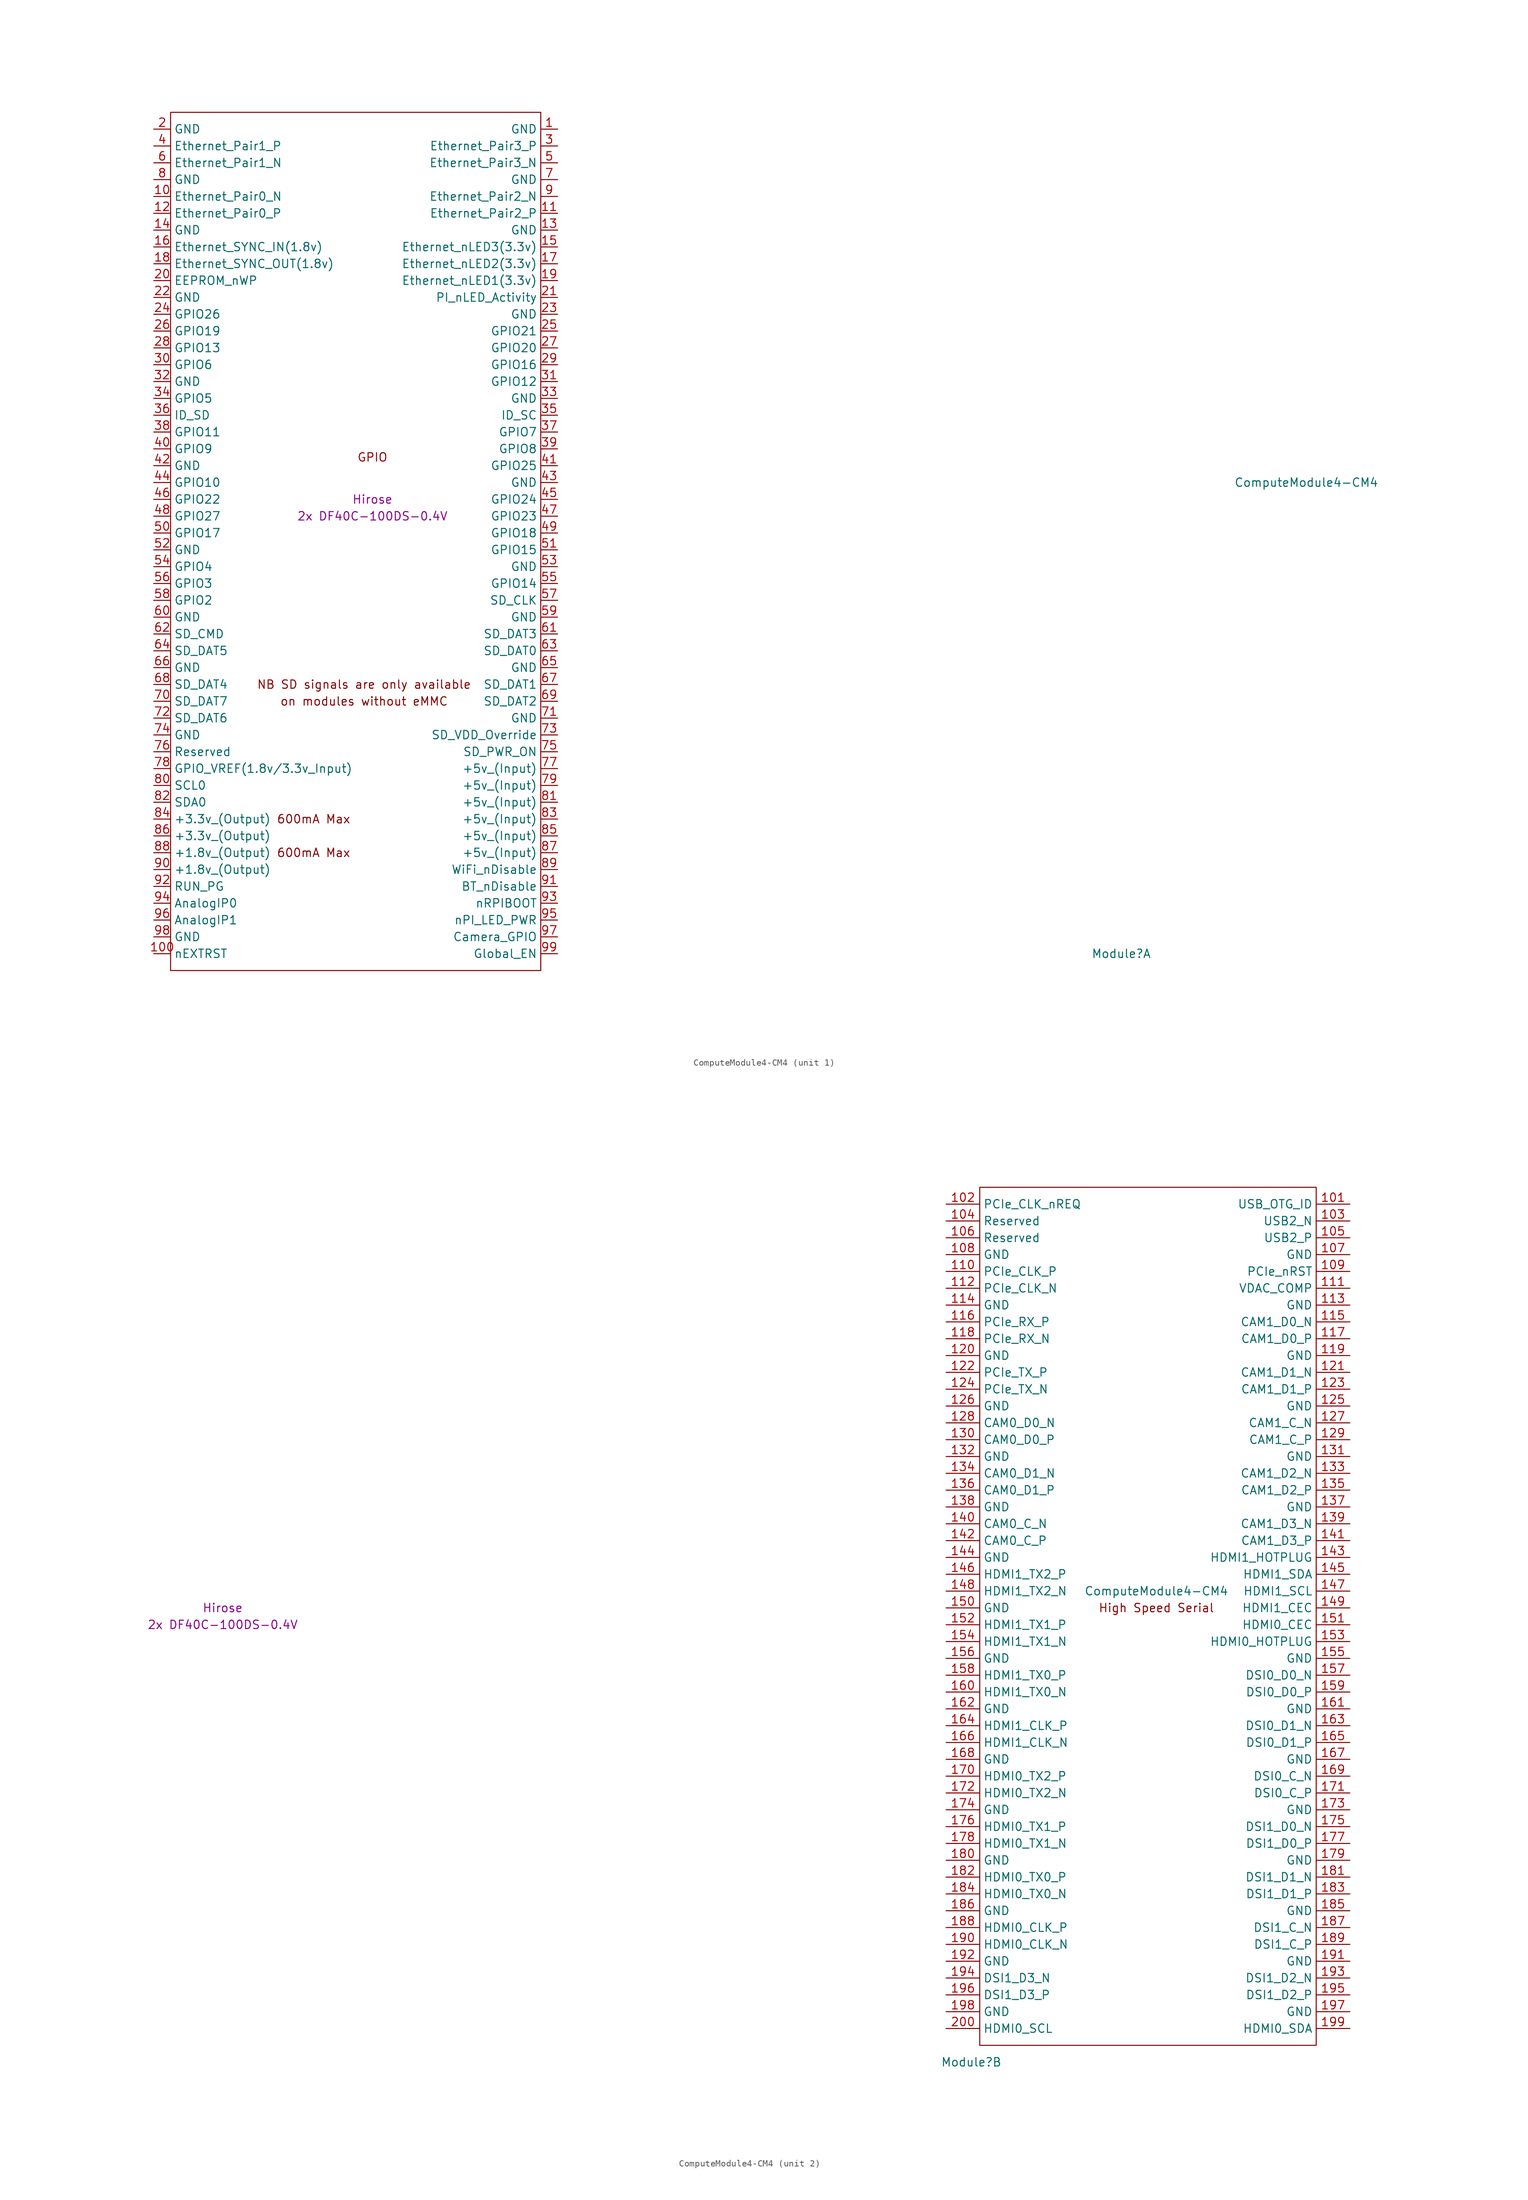
<source format=kicad_sym>
(kicad_symbol_lib
  (version 20231120)
  (generator "kicad_symbol_editor")
  (generator_version "8.0")
  (symbol "ComputeModule4-CM4"
    (property "Reference" "Module"
      (at 113.03 -68.58 0)
      (effects (font (size 1.27 1.27))))
    (property "Value" "ComputeModule4-CM4"
      (at 140.97 2.54 0)
      (effects (font (size 1.27 1.27))))
    (property "Field4" "Hirose"
      (at 0 0 0)
      (effects (font (size 1.27 1.27))))
    (property "Field5" "2x DF40C-100DS-0.4V"
      (at 0 -2.54 0)
      (effects (font (size 1.27 1.27))))
    (symbol "ComputeModule4-CM4_1_0"
      (text "GPIO" (at 0 6.35 0) (effects (font (size 1.27 1.27)))))
    (symbol "ComputeModule4-CM4_1_1"
      (rectangle (start -30.48 -71.12) (end 25.4 58.42) (stroke (width 0) (type default)) (fill (type none)))
      (text "600mA Max" (at -8.89 -53.34 0) (effects (font (size 1.27 1.27))))
      (text "600mA Max" (at -8.89 -48.26 0) (effects (font (size 1.27 1.27))))
      (text "NB SD signals are only available" (at -1.27 -27.94 0) (effects (font (size 1.27 1.27))))
      (text "on modules without eMMC" (at -1.27 -30.48 0) (effects (font (size 1.27 1.27))))
      (pin power_in line (at 27.94 55.88 180) (length 2.54) (name "GND" (effects (font (size 1.27 1.27)))) (number "1" (effects (font (size 1.27 1.27)))))
      (pin passive line (at -33.02 45.72 0) (length 2.54) (name "Ethernet_Pair0_N" (effects (font (size 1.27 1.27)))) (number "10" (effects (font (size 1.27 1.27)))))
      (pin output line (at -33.02 -68.58 0) (length 2.54) (name "nEXTRST" (effects (font (size 1.27 1.27)))) (number "100" (effects (font (size 1.27 1.27)))))
      (pin passive line (at 27.94 43.18 180) (length 2.54) (name "Ethernet_Pair2_P" (effects (font (size 1.27 1.27)))) (number "11" (effects (font (size 1.27 1.27)))))
      (pin passive line (at -33.02 43.18 0) (length 2.54) (name "Ethernet_Pair0_P" (effects (font (size 1.27 1.27)))) (number "12" (effects (font (size 1.27 1.27)))))
      (pin power_in line (at 27.94 40.64 180) (length 2.54) (name "GND" (effects (font (size 1.27 1.27)))) (number "13" (effects (font (size 1.27 1.27)))))
      (pin power_in line (at -33.02 40.64 0) (length 2.54) (name "GND" (effects (font (size 1.27 1.27)))) (number "14" (effects (font (size 1.27 1.27)))))
      (pin output line (at 27.94 38.1 180) (length 2.54) (name "Ethernet_nLED3(3.3v)" (effects (font (size 1.27 1.27)))) (number "15" (effects (font (size 1.27 1.27)))))
      (pin input line (at -33.02 38.1 0) (length 2.54) (name "Ethernet_SYNC_IN(1.8v)" (effects (font (size 1.27 1.27)))) (number "16" (effects (font (size 1.27 1.27)))))
      (pin output line (at 27.94 35.56 180) (length 2.54) (name "Ethernet_nLED2(3.3v)" (effects (font (size 1.27 1.27)))) (number "17" (effects (font (size 1.27 1.27)))))
      (pin input line (at -33.02 35.56 0) (length 2.54) (name "Ethernet_SYNC_OUT(1.8v)" (effects (font (size 1.27 1.27)))) (number "18" (effects (font (size 1.27 1.27)))))
      (pin output line (at 27.94 33.02 180) (length 2.54) (name "Ethernet_nLED1(3.3v)" (effects (font (size 1.27 1.27)))) (number "19" (effects (font (size 1.27 1.27)))))
      (pin power_in line (at -33.02 55.88 0) (length 2.54) (name "GND" (effects (font (size 1.27 1.27)))) (number "2" (effects (font (size 1.27 1.27)))))
      (pin passive line (at -33.02 33.02 0) (length 2.54) (name "EEPROM_nWP" (effects (font (size 1.27 1.27)))) (number "20" (effects (font (size 1.27 1.27)))))
      (pin open_collector line (at 27.94 30.48 180) (length 2.54) (name "PI_nLED_Activity" (effects (font (size 1.27 1.27)))) (number "21" (effects (font (size 1.27 1.27)))))
      (pin power_in line (at -33.02 30.48 0) (length 2.54) (name "GND" (effects (font (size 1.27 1.27)))) (number "22" (effects (font (size 1.27 1.27)))))
      (pin power_in line (at 27.94 27.94 180) (length 2.54) (name "GND" (effects (font (size 1.27 1.27)))) (number "23" (effects (font (size 1.27 1.27)))))
      (pin passive line (at -33.02 27.94 0) (length 2.54) (name "GPIO26" (effects (font (size 1.27 1.27)))) (number "24" (effects (font (size 1.27 1.27)))))
      (pin passive line (at 27.94 25.4 180) (length 2.54) (name "GPIO21" (effects (font (size 1.27 1.27)))) (number "25" (effects (font (size 1.27 1.27)))))
      (pin passive line (at -33.02 25.4 0) (length 2.54) (name "GPIO19" (effects (font (size 1.27 1.27)))) (number "26" (effects (font (size 1.27 1.27)))))
      (pin passive line (at 27.94 22.86 180) (length 2.54) (name "GPIO20" (effects (font (size 1.27 1.27)))) (number "27" (effects (font (size 1.27 1.27)))))
      (pin passive line (at -33.02 22.86 0) (length 2.54) (name "GPIO13" (effects (font (size 1.27 1.27)))) (number "28" (effects (font (size 1.27 1.27)))))
      (pin passive line (at 27.94 20.32 180) (length 2.54) (name "GPIO16" (effects (font (size 1.27 1.27)))) (number "29" (effects (font (size 1.27 1.27)))))
      (pin passive line (at 27.94 53.34 180) (length 2.54) (name "Ethernet_Pair3_P" (effects (font (size 1.27 1.27)))) (number "3" (effects (font (size 1.27 1.27)))))
      (pin passive line (at -33.02 20.32 0) (length 2.54) (name "GPIO6" (effects (font (size 1.27 1.27)))) (number "30" (effects (font (size 1.27 1.27)))))
      (pin passive line (at 27.94 17.78 180) (length 2.54) (name "GPIO12" (effects (font (size 1.27 1.27)))) (number "31" (effects (font (size 1.27 1.27)))))
      (pin power_in line (at -33.02 17.78 0) (length 2.54) (name "GND" (effects (font (size 1.27 1.27)))) (number "32" (effects (font (size 1.27 1.27)))))
      (pin power_in line (at 27.94 15.24 180) (length 2.54) (name "GND" (effects (font (size 1.27 1.27)))) (number "33" (effects (font (size 1.27 1.27)))))
      (pin passive line (at -33.02 15.24 0) (length 2.54) (name "GPIO5" (effects (font (size 1.27 1.27)))) (number "34" (effects (font (size 1.27 1.27)))))
      (pin passive line (at 27.94 12.7 180) (length 2.54) (name "ID_SC" (effects (font (size 1.27 1.27)))) (number "35" (effects (font (size 1.27 1.27)))))
      (pin passive line (at -33.02 12.7 0) (length 2.54) (name "ID_SD" (effects (font (size 1.27 1.27)))) (number "36" (effects (font (size 1.27 1.27)))))
      (pin passive line (at 27.94 10.16 180) (length 2.54) (name "GPIO7" (effects (font (size 1.27 1.27)))) (number "37" (effects (font (size 1.27 1.27)))))
      (pin passive line (at -33.02 10.16 0) (length 2.54) (name "GPIO11" (effects (font (size 1.27 1.27)))) (number "38" (effects (font (size 1.27 1.27)))))
      (pin passive line (at 27.94 7.62 180) (length 2.54) (name "GPIO8" (effects (font (size 1.27 1.27)))) (number "39" (effects (font (size 1.27 1.27)))))
      (pin passive line (at -33.02 53.34 0) (length 2.54) (name "Ethernet_Pair1_P" (effects (font (size 1.27 1.27)))) (number "4" (effects (font (size 1.27 1.27)))))
      (pin passive line (at -33.02 7.62 0) (length 2.54) (name "GPIO9" (effects (font (size 1.27 1.27)))) (number "40" (effects (font (size 1.27 1.27)))))
      (pin passive line (at 27.94 5.08 180) (length 2.54) (name "GPIO25" (effects (font (size 1.27 1.27)))) (number "41" (effects (font (size 1.27 1.27)))))
      (pin power_in line (at -33.02 5.08 0) (length 2.54) (name "GND" (effects (font (size 1.27 1.27)))) (number "42" (effects (font (size 1.27 1.27)))))
      (pin power_in line (at 27.94 2.54 180) (length 2.54) (name "GND" (effects (font (size 1.27 1.27)))) (number "43" (effects (font (size 1.27 1.27)))))
      (pin passive line (at -33.02 2.54 0) (length 2.54) (name "GPIO10" (effects (font (size 1.27 1.27)))) (number "44" (effects (font (size 1.27 1.27)))))
      (pin passive line (at 27.94 0 180) (length 2.54) (name "GPIO24" (effects (font (size 1.27 1.27)))) (number "45" (effects (font (size 1.27 1.27)))))
      (pin passive line (at -33.02 0 0) (length 2.54) (name "GPIO22" (effects (font (size 1.27 1.27)))) (number "46" (effects (font (size 1.27 1.27)))))
      (pin passive line (at 27.94 -2.54 180) (length 2.54) (name "GPIO23" (effects (font (size 1.27 1.27)))) (number "47" (effects (font (size 1.27 1.27)))))
      (pin passive line (at -33.02 -2.54 0) (length 2.54) (name "GPIO27" (effects (font (size 1.27 1.27)))) (number "48" (effects (font (size 1.27 1.27)))))
      (pin passive line (at 27.94 -5.08 180) (length 2.54) (name "GPIO18" (effects (font (size 1.27 1.27)))) (number "49" (effects (font (size 1.27 1.27)))))
      (pin passive line (at 27.94 50.8 180) (length 2.54) (name "Ethernet_Pair3_N" (effects (font (size 1.27 1.27)))) (number "5" (effects (font (size 1.27 1.27)))))
      (pin passive line (at -33.02 -5.08 0) (length 2.54) (name "GPIO17" (effects (font (size 1.27 1.27)))) (number "50" (effects (font (size 1.27 1.27)))))
      (pin passive line (at 27.94 -7.62 180) (length 2.54) (name "GPIO15" (effects (font (size 1.27 1.27)))) (number "51" (effects (font (size 1.27 1.27)))))
      (pin power_in line (at -33.02 -7.62 0) (length 2.54) (name "GND" (effects (font (size 1.27 1.27)))) (number "52" (effects (font (size 1.27 1.27)))))
      (pin power_in line (at 27.94 -10.16 180) (length 2.54) (name "GND" (effects (font (size 1.27 1.27)))) (number "53" (effects (font (size 1.27 1.27)))))
      (pin passive line (at -33.02 -10.16 0) (length 2.54) (name "GPIO4" (effects (font (size 1.27 1.27)))) (number "54" (effects (font (size 1.27 1.27)))))
      (pin passive line (at 27.94 -12.7 180) (length 2.54) (name "GPIO14" (effects (font (size 1.27 1.27)))) (number "55" (effects (font (size 1.27 1.27)))))
      (pin passive line (at -33.02 -12.7 0) (length 2.54) (name "GPIO3" (effects (font (size 1.27 1.27)))) (number "56" (effects (font (size 1.27 1.27)))))
      (pin passive line (at 27.94 -15.24 180) (length 2.54) (name "SD_CLK" (effects (font (size 1.27 1.27)))) (number "57" (effects (font (size 1.27 1.27)))))
      (pin passive line (at -33.02 -15.24 0) (length 2.54) (name "GPIO2" (effects (font (size 1.27 1.27)))) (number "58" (effects (font (size 1.27 1.27)))))
      (pin power_in line (at 27.94 -17.78 180) (length 2.54) (name "GND" (effects (font (size 1.27 1.27)))) (number "59" (effects (font (size 1.27 1.27)))))
      (pin passive line (at -33.02 50.8 0) (length 2.54) (name "Ethernet_Pair1_N" (effects (font (size 1.27 1.27)))) (number "6" (effects (font (size 1.27 1.27)))))
      (pin power_in line (at -33.02 -17.78 0) (length 2.54) (name "GND" (effects (font (size 1.27 1.27)))) (number "60" (effects (font (size 1.27 1.27)))))
      (pin passive line (at 27.94 -20.32 180) (length 2.54) (name "SD_DAT3" (effects (font (size 1.27 1.27)))) (number "61" (effects (font (size 1.27 1.27)))))
      (pin passive line (at -33.02 -20.32 0) (length 2.54) (name "SD_CMD" (effects (font (size 1.27 1.27)))) (number "62" (effects (font (size 1.27 1.27)))))
      (pin passive line (at 27.94 -22.86 180) (length 2.54) (name "SD_DAT0" (effects (font (size 1.27 1.27)))) (number "63" (effects (font (size 1.27 1.27)))))
      (pin passive line (at -33.02 -22.86 0) (length 2.54) (name "SD_DAT5" (effects (font (size 1.27 1.27)))) (number "64" (effects (font (size 1.27 1.27)))))
      (pin power_in line (at 27.94 -25.4 180) (length 2.54) (name "GND" (effects (font (size 1.27 1.27)))) (number "65" (effects (font (size 1.27 1.27)))))
      (pin power_in line (at -33.02 -25.4 0) (length 2.54) (name "GND" (effects (font (size 1.27 1.27)))) (number "66" (effects (font (size 1.27 1.27)))))
      (pin passive line (at 27.94 -27.94 180) (length 2.54) (name "SD_DAT1" (effects (font (size 1.27 1.27)))) (number "67" (effects (font (size 1.27 1.27)))))
      (pin passive line (at -33.02 -27.94 0) (length 2.54) (name "SD_DAT4" (effects (font (size 1.27 1.27)))) (number "68" (effects (font (size 1.27 1.27)))))
      (pin passive line (at 27.94 -30.48 180) (length 2.54) (name "SD_DAT2" (effects (font (size 1.27 1.27)))) (number "69" (effects (font (size 1.27 1.27)))))
      (pin power_in line (at 27.94 48.26 180) (length 2.54) (name "GND" (effects (font (size 1.27 1.27)))) (number "7" (effects (font (size 1.27 1.27)))))
      (pin passive line (at -33.02 -30.48 0) (length 2.54) (name "SD_DAT7" (effects (font (size 1.27 1.27)))) (number "70" (effects (font (size 1.27 1.27)))))
      (pin power_in line (at 27.94 -33.02 180) (length 2.54) (name "GND" (effects (font (size 1.27 1.27)))) (number "71" (effects (font (size 1.27 1.27)))))
      (pin passive line (at -33.02 -33.02 0) (length 2.54) (name "SD_DAT6" (effects (font (size 1.27 1.27)))) (number "72" (effects (font (size 1.27 1.27)))))
      (pin input line (at 27.94 -35.56 180) (length 2.54) (name "SD_VDD_Override" (effects (font (size 1.27 1.27)))) (number "73" (effects (font (size 1.27 1.27)))))
      (pin power_in line (at -33.02 -35.56 0) (length 2.54) (name "GND" (effects (font (size 1.27 1.27)))) (number "74" (effects (font (size 1.27 1.27)))))
      (pin output line (at 27.94 -38.1 180) (length 2.54) (name "SD_PWR_ON" (effects (font (size 1.27 1.27)))) (number "75" (effects (font (size 1.27 1.27)))))
      (pin passive line (at -33.02 -38.1 0) (length 2.54) (name "Reserved" (effects (font (size 1.27 1.27)))) (number "76" (effects (font (size 1.27 1.27)))))
      (pin power_in line (at 27.94 -40.64 180) (length 2.54) (name "+5v_(Input)" (effects (font (size 1.27 1.27)))) (number "77" (effects (font (size 1.27 1.27)))))
      (pin power_in line (at -33.02 -40.64 0) (length 2.54) (name "GPIO_VREF(1.8v/3.3v_Input)" (effects (font (size 1.27 1.27)))) (number "78" (effects (font (size 1.27 1.27)))))
      (pin power_in line (at 27.94 -43.18 180) (length 2.54) (name "+5v_(Input)" (effects (font (size 1.27 1.27)))) (number "79" (effects (font (size 1.27 1.27)))))
      (pin power_in line (at -33.02 48.26 0) (length 2.54) (name "GND" (effects (font (size 1.27 1.27)))) (number "8" (effects (font (size 1.27 1.27)))))
      (pin passive line (at -33.02 -43.18 0) (length 2.54) (name "SCL0" (effects (font (size 1.27 1.27)))) (number "80" (effects (font (size 1.27 1.27)))))
      (pin power_in line (at 27.94 -45.72 180) (length 2.54) (name "+5v_(Input)" (effects (font (size 1.27 1.27)))) (number "81" (effects (font (size 1.27 1.27)))))
      (pin passive line (at -33.02 -45.72 0) (length 2.54) (name "SDA0" (effects (font (size 1.27 1.27)))) (number "82" (effects (font (size 1.27 1.27)))))
      (pin power_in line (at 27.94 -48.26 180) (length 2.54) (name "+5v_(Input)" (effects (font (size 1.27 1.27)))) (number "83" (effects (font (size 1.27 1.27)))))
      (pin power_out line (at -33.02 -48.26 0) (length 2.54) (name "+3.3v_(Output)" (effects (font (size 1.27 1.27)))) (number "84" (effects (font (size 1.27 1.27)))))
      (pin power_in line (at 27.94 -50.8 180) (length 2.54) (name "+5v_(Input)" (effects (font (size 1.27 1.27)))) (number "85" (effects (font (size 1.27 1.27)))))
      (pin power_out line (at -33.02 -50.8 0) (length 2.54) (name "+3.3v_(Output)" (effects (font (size 1.27 1.27)))) (number "86" (effects (font (size 1.27 1.27)))))
      (pin power_in line (at 27.94 -53.34 180) (length 2.54) (name "+5v_(Input)" (effects (font (size 1.27 1.27)))) (number "87" (effects (font (size 1.27 1.27)))))
      (pin power_out line (at -33.02 -53.34 0) (length 2.54) (name "+1.8v_(Output)" (effects (font (size 1.27 1.27)))) (number "88" (effects (font (size 1.27 1.27)))))
      (pin power_in line (at 27.94 -55.88 180) (length 2.54) (name "WiFi_nDisable" (effects (font (size 1.27 1.27)))) (number "89" (effects (font (size 1.27 1.27)))))
      (pin passive line (at 27.94 45.72 180) (length 2.54) (name "Ethernet_Pair2_N" (effects (font (size 1.27 1.27)))) (number "9" (effects (font (size 1.27 1.27)))))
      (pin power_out line (at -33.02 -55.88 0) (length 2.54) (name "+1.8v_(Output)" (effects (font (size 1.27 1.27)))) (number "90" (effects (font (size 1.27 1.27)))))
      (pin power_in line (at 27.94 -58.42 180) (length 2.54) (name "BT_nDisable" (effects (font (size 1.27 1.27)))) (number "91" (effects (font (size 1.27 1.27)))))
      (pin passive line (at -33.02 -58.42 0) (length 2.54) (name "RUN_PG" (effects (font (size 1.27 1.27)))) (number "92" (effects (font (size 1.27 1.27)))))
      (pin input line (at 27.94 -60.96 180) (length 2.54) (name "nRPIBOOT" (effects (font (size 1.27 1.27)))) (number "93" (effects (font (size 1.27 1.27)))))
      (pin passive line (at -33.02 -60.96 0) (length 2.54) (name "AnalogIP0" (effects (font (size 1.27 1.27)))) (number "94" (effects (font (size 1.27 1.27)))))
      (pin output line (at 27.94 -63.5 180) (length 2.54) (name "nPI_LED_PWR" (effects (font (size 1.27 1.27)))) (number "95" (effects (font (size 1.27 1.27)))))
      (pin passive line (at -33.02 -63.5 0) (length 2.54) (name "AnalogIP1" (effects (font (size 1.27 1.27)))) (number "96" (effects (font (size 1.27 1.27)))))
      (pin passive line (at 27.94 -66.04 180) (length 2.54) (name "Camera_GPIO" (effects (font (size 1.27 1.27)))) (number "97" (effects (font (size 1.27 1.27)))))
      (pin power_in line (at -33.02 -66.04 0) (length 2.54) (name "GND" (effects (font (size 1.27 1.27)))) (number "98" (effects (font (size 1.27 1.27)))))
      (pin input line (at 27.94 -68.58 180) (length 2.54) (name "Global_EN" (effects (font (size 1.27 1.27)))) (number "99" (effects (font (size 1.27 1.27))))))
    (symbol "ComputeModule4-CM4_2_1"
      (rectangle (start 114.3 -66.04) (end 165.1 63.5) (stroke (width 0) (type default)) (fill (type none)))
      (text "High Speed Serial" (at 140.97 0 0) (effects (font (size 1.27 1.27))))
      (pin input line (at 170.18 60.96 180) (length 5.08) (name "USB_OTG_ID" (effects (font (size 1.27 1.27)))) (number "101" (effects (font (size 1.27 1.27)))))
      (pin input line (at 109.22 60.96 0) (length 5.08) (name "PCIe_CLK_nREQ" (effects (font (size 1.27 1.27)))) (number "102" (effects (font (size 1.27 1.27)))))
      (pin passive line (at 170.18 58.42 180) (length 5.08) (name "USB2_N" (effects (font (size 1.27 1.27)))) (number "103" (effects (font (size 1.27 1.27)))))
      (pin passive line (at 109.22 58.42 0) (length 5.08) (name "Reserved" (effects (font (size 1.27 1.27)))) (number "104" (effects (font (size 1.27 1.27)))))
      (pin passive line (at 170.18 55.88 180) (length 5.08) (name "USB2_P" (effects (font (size 1.27 1.27)))) (number "105" (effects (font (size 1.27 1.27)))))
      (pin passive line (at 109.22 55.88 0) (length 5.08) (name "Reserved" (effects (font (size 1.27 1.27)))) (number "106" (effects (font (size 1.27 1.27)))))
      (pin power_in line (at 170.18 53.34 180) (length 5.08) (name "GND" (effects (font (size 1.27 1.27)))) (number "107" (effects (font (size 1.27 1.27)))))
      (pin power_in line (at 109.22 53.34 0) (length 5.08) (name "GND" (effects (font (size 1.27 1.27)))) (number "108" (effects (font (size 1.27 1.27)))))
      (pin bidirectional line (at 170.18 50.8 180) (length 5.08) (name "PCIe_nRST" (effects (font (size 1.27 1.27)))) (number "109" (effects (font (size 1.27 1.27)))))
      (pin output line (at 109.22 50.8 0) (length 5.08) (name "PCIe_CLK_P" (effects (font (size 1.27 1.27)))) (number "110" (effects (font (size 1.27 1.27)))))
      (pin passive line (at 170.18 48.26 180) (length 5.08) (name "VDAC_COMP" (effects (font (size 1.27 1.27)))) (number "111" (effects (font (size 1.27 1.27)))))
      (pin output line (at 109.22 48.26 0) (length 5.08) (name "PCIe_CLK_N" (effects (font (size 1.27 1.27)))) (number "112" (effects (font (size 1.27 1.27)))))
      (pin power_in line (at 170.18 45.72 180) (length 5.08) (name "GND" (effects (font (size 1.27 1.27)))) (number "113" (effects (font (size 1.27 1.27)))))
      (pin power_in line (at 109.22 45.72 0) (length 5.08) (name "GND" (effects (font (size 1.27 1.27)))) (number "114" (effects (font (size 1.27 1.27)))))
      (pin input line (at 170.18 43.18 180) (length 5.08) (name "CAM1_D0_N" (effects (font (size 1.27 1.27)))) (number "115" (effects (font (size 1.27 1.27)))))
      (pin input line (at 109.22 43.18 0) (length 5.08) (name "PCIe_RX_P" (effects (font (size 1.27 1.27)))) (number "116" (effects (font (size 1.27 1.27)))))
      (pin input line (at 170.18 40.64 180) (length 5.08) (name "CAM1_D0_P" (effects (font (size 1.27 1.27)))) (number "117" (effects (font (size 1.27 1.27)))))
      (pin input line (at 109.22 40.64 0) (length 5.08) (name "PCIe_RX_N" (effects (font (size 1.27 1.27)))) (number "118" (effects (font (size 1.27 1.27)))))
      (pin power_in line (at 170.18 38.1 180) (length 5.08) (name "GND" (effects (font (size 1.27 1.27)))) (number "119" (effects (font (size 1.27 1.27)))))
      (pin power_in line (at 109.22 38.1 0) (length 5.08) (name "GND" (effects (font (size 1.27 1.27)))) (number "120" (effects (font (size 1.27 1.27)))))
      (pin input line (at 170.18 35.56 180) (length 5.08) (name "CAM1_D1_N" (effects (font (size 1.27 1.27)))) (number "121" (effects (font (size 1.27 1.27)))))
      (pin output line (at 109.22 35.56 0) (length 5.08) (name "PCIe_TX_P" (effects (font (size 1.27 1.27)))) (number "122" (effects (font (size 1.27 1.27)))))
      (pin input line (at 170.18 33.02 180) (length 5.08) (name "CAM1_D1_P" (effects (font (size 1.27 1.27)))) (number "123" (effects (font (size 1.27 1.27)))))
      (pin output line (at 109.22 33.02 0) (length 5.08) (name "PCIe_TX_N" (effects (font (size 1.27 1.27)))) (number "124" (effects (font (size 1.27 1.27)))))
      (pin power_in line (at 170.18 30.48 180) (length 5.08) (name "GND" (effects (font (size 1.27 1.27)))) (number "125" (effects (font (size 1.27 1.27)))))
      (pin power_in line (at 109.22 30.48 0) (length 5.08) (name "GND" (effects (font (size 1.27 1.27)))) (number "126" (effects (font (size 1.27 1.27)))))
      (pin input line (at 170.18 27.94 180) (length 5.08) (name "CAM1_C_N" (effects (font (size 1.27 1.27)))) (number "127" (effects (font (size 1.27 1.27)))))
      (pin input line (at 109.22 27.94 0) (length 5.08) (name "CAM0_D0_N" (effects (font (size 1.27 1.27)))) (number "128" (effects (font (size 1.27 1.27)))))
      (pin input line (at 170.18 25.4 180) (length 5.08) (name "CAM1_C_P" (effects (font (size 1.27 1.27)))) (number "129" (effects (font (size 1.27 1.27)))))
      (pin input line (at 109.22 25.4 0) (length 5.08) (name "CAM0_D0_P" (effects (font (size 1.27 1.27)))) (number "130" (effects (font (size 1.27 1.27)))))
      (pin power_in line (at 170.18 22.86 180) (length 5.08) (name "GND" (effects (font (size 1.27 1.27)))) (number "131" (effects (font (size 1.27 1.27)))))
      (pin power_in line (at 109.22 22.86 0) (length 5.08) (name "GND" (effects (font (size 1.27 1.27)))) (number "132" (effects (font (size 1.27 1.27)))))
      (pin input line (at 170.18 20.32 180) (length 5.08) (name "CAM1_D2_N" (effects (font (size 1.27 1.27)))) (number "133" (effects (font (size 1.27 1.27)))))
      (pin input line (at 109.22 20.32 0) (length 5.08) (name "CAM0_D1_N" (effects (font (size 1.27 1.27)))) (number "134" (effects (font (size 1.27 1.27)))))
      (pin input line (at 170.18 17.78 180) (length 5.08) (name "CAM1_D2_P" (effects (font (size 1.27 1.27)))) (number "135" (effects (font (size 1.27 1.27)))))
      (pin input line (at 109.22 17.78 0) (length 5.08) (name "CAM0_D1_P" (effects (font (size 1.27 1.27)))) (number "136" (effects (font (size 1.27 1.27)))))
      (pin power_in line (at 170.18 15.24 180) (length 5.08) (name "GND" (effects (font (size 1.27 1.27)))) (number "137" (effects (font (size 1.27 1.27)))))
      (pin power_in line (at 109.22 15.24 0) (length 5.08) (name "GND" (effects (font (size 1.27 1.27)))) (number "138" (effects (font (size 1.27 1.27)))))
      (pin input line (at 170.18 12.7 180) (length 5.08) (name "CAM1_D3_N" (effects (font (size 1.27 1.27)))) (number "139" (effects (font (size 1.27 1.27)))))
      (pin input line (at 109.22 12.7 0) (length 5.08) (name "CAM0_C_N" (effects (font (size 1.27 1.27)))) (number "140" (effects (font (size 1.27 1.27)))))
      (pin input line (at 170.18 10.16 180) (length 5.08) (name "CAM1_D3_P" (effects (font (size 1.27 1.27)))) (number "141" (effects (font (size 1.27 1.27)))))
      (pin input line (at 109.22 10.16 0) (length 5.08) (name "CAM0_C_P" (effects (font (size 1.27 1.27)))) (number "142" (effects (font (size 1.27 1.27)))))
      (pin input line (at 170.18 7.62 180) (length 5.08) (name "HDMI1_HOTPLUG" (effects (font (size 1.27 1.27)))) (number "143" (effects (font (size 1.27 1.27)))))
      (pin power_in line (at 109.22 7.62 0) (length 5.08) (name "GND" (effects (font (size 1.27 1.27)))) (number "144" (effects (font (size 1.27 1.27)))))
      (pin bidirectional line (at 170.18 5.08 180) (length 5.08) (name "HDMI1_SDA" (effects (font (size 1.27 1.27)))) (number "145" (effects (font (size 1.27 1.27)))))
      (pin output line (at 109.22 5.08 0) (length 5.08) (name "HDMI1_TX2_P" (effects (font (size 1.27 1.27)))) (number "146" (effects (font (size 1.27 1.27)))))
      (pin open_collector line (at 170.18 2.54 180) (length 5.08) (name "HDMI1_SCL" (effects (font (size 1.27 1.27)))) (number "147" (effects (font (size 1.27 1.27)))))
      (pin output line (at 109.22 2.54 0) (length 5.08) (name "HDMI1_TX2_N" (effects (font (size 1.27 1.27)))) (number "148" (effects (font (size 1.27 1.27)))))
      (pin open_collector line (at 170.18 0 180) (length 5.08) (name "HDMI1_CEC" (effects (font (size 1.27 1.27)))) (number "149" (effects (font (size 1.27 1.27)))))
      (pin power_in line (at 109.22 0 0) (length 5.08) (name "GND" (effects (font (size 1.27 1.27)))) (number "150" (effects (font (size 1.27 1.27)))))
      (pin open_collector line (at 170.18 -2.54 180) (length 5.08) (name "HDMI0_CEC" (effects (font (size 1.27 1.27)))) (number "151" (effects (font (size 1.27 1.27)))))
      (pin output line (at 109.22 -2.54 0) (length 5.08) (name "HDMI1_TX1_P" (effects (font (size 1.27 1.27)))) (number "152" (effects (font (size 1.27 1.27)))))
      (pin input line (at 170.18 -5.08 180) (length 5.08) (name "HDMI0_HOTPLUG" (effects (font (size 1.27 1.27)))) (number "153" (effects (font (size 1.27 1.27)))))
      (pin output line (at 109.22 -5.08 0) (length 5.08) (name "HDMI1_TX1_N" (effects (font (size 1.27 1.27)))) (number "154" (effects (font (size 1.27 1.27)))))
      (pin power_in line (at 170.18 -7.62 180) (length 5.08) (name "GND" (effects (font (size 1.27 1.27)))) (number "155" (effects (font (size 1.27 1.27)))))
      (pin power_in line (at 109.22 -7.62 0) (length 5.08) (name "GND" (effects (font (size 1.27 1.27)))) (number "156" (effects (font (size 1.27 1.27)))))
      (pin output line (at 170.18 -10.16 180) (length 5.08) (name "DSI0_D0_N" (effects (font (size 1.27 1.27)))) (number "157" (effects (font (size 1.27 1.27)))))
      (pin output line (at 109.22 -10.16 0) (length 5.08) (name "HDMI1_TX0_P" (effects (font (size 1.27 1.27)))) (number "158" (effects (font (size 1.27 1.27)))))
      (pin output line (at 170.18 -12.7 180) (length 5.08) (name "DSI0_D0_P" (effects (font (size 1.27 1.27)))) (number "159" (effects (font (size 1.27 1.27)))))
      (pin output line (at 109.22 -12.7 0) (length 5.08) (name "HDMI1_TX0_N" (effects (font (size 1.27 1.27)))) (number "160" (effects (font (size 1.27 1.27)))))
      (pin power_in line (at 170.18 -15.24 180) (length 5.08) (name "GND" (effects (font (size 1.27 1.27)))) (number "161" (effects (font (size 1.27 1.27)))))
      (pin power_in line (at 109.22 -15.24 0) (length 5.08) (name "GND" (effects (font (size 1.27 1.27)))) (number "162" (effects (font (size 1.27 1.27)))))
      (pin output line (at 170.18 -17.78 180) (length 5.08) (name "DSI0_D1_N" (effects (font (size 1.27 1.27)))) (number "163" (effects (font (size 1.27 1.27)))))
      (pin output line (at 109.22 -17.78 0) (length 5.08) (name "HDMI1_CLK_P" (effects (font (size 1.27 1.27)))) (number "164" (effects (font (size 1.27 1.27)))))
      (pin output line (at 170.18 -20.32 180) (length 5.08) (name "DSI0_D1_P" (effects (font (size 1.27 1.27)))) (number "165" (effects (font (size 1.27 1.27)))))
      (pin output line (at 109.22 -20.32 0) (length 5.08) (name "HDMI1_CLK_N" (effects (font (size 1.27 1.27)))) (number "166" (effects (font (size 1.27 1.27)))))
      (pin power_in line (at 170.18 -22.86 180) (length 5.08) (name "GND" (effects (font (size 1.27 1.27)))) (number "167" (effects (font (size 1.27 1.27)))))
      (pin power_in line (at 109.22 -22.86 0) (length 5.08) (name "GND" (effects (font (size 1.27 1.27)))) (number "168" (effects (font (size 1.27 1.27)))))
      (pin output line (at 170.18 -25.4 180) (length 5.08) (name "DSI0_C_N" (effects (font (size 1.27 1.27)))) (number "169" (effects (font (size 1.27 1.27)))))
      (pin output line (at 109.22 -25.4 0) (length 5.08) (name "HDMI0_TX2_P" (effects (font (size 1.27 1.27)))) (number "170" (effects (font (size 1.27 1.27)))))
      (pin output line (at 170.18 -27.94 180) (length 5.08) (name "DSI0_C_P" (effects (font (size 1.27 1.27)))) (number "171" (effects (font (size 1.27 1.27)))))
      (pin output line (at 109.22 -27.94 0) (length 5.08) (name "HDMI0_TX2_N" (effects (font (size 1.27 1.27)))) (number "172" (effects (font (size 1.27 1.27)))))
      (pin power_in line (at 170.18 -30.48 180) (length 5.08) (name "GND" (effects (font (size 1.27 1.27)))) (number "173" (effects (font (size 1.27 1.27)))))
      (pin power_in line (at 109.22 -30.48 0) (length 5.08) (name "GND" (effects (font (size 1.27 1.27)))) (number "174" (effects (font (size 1.27 1.27)))))
      (pin output line (at 170.18 -33.02 180) (length 5.08) (name "DSI1_D0_N" (effects (font (size 1.27 1.27)))) (number "175" (effects (font (size 1.27 1.27)))))
      (pin output line (at 109.22 -33.02 0) (length 5.08) (name "HDMI0_TX1_P" (effects (font (size 1.27 1.27)))) (number "176" (effects (font (size 1.27 1.27)))))
      (pin output line (at 170.18 -35.56 180) (length 5.08) (name "DSI1_D0_P" (effects (font (size 1.27 1.27)))) (number "177" (effects (font (size 1.27 1.27)))))
      (pin output line (at 109.22 -35.56 0) (length 5.08) (name "HDMI0_TX1_N" (effects (font (size 1.27 1.27)))) (number "178" (effects (font (size 1.27 1.27)))))
      (pin power_in line (at 170.18 -38.1 180) (length 5.08) (name "GND" (effects (font (size 1.27 1.27)))) (number "179" (effects (font (size 1.27 1.27)))))
      (pin power_in line (at 109.22 -38.1 0) (length 5.08) (name "GND" (effects (font (size 1.27 1.27)))) (number "180" (effects (font (size 1.27 1.27)))))
      (pin output line (at 170.18 -40.64 180) (length 5.08) (name "DSI1_D1_N" (effects (font (size 1.27 1.27)))) (number "181" (effects (font (size 1.27 1.27)))))
      (pin output line (at 109.22 -40.64 0) (length 5.08) (name "HDMI0_TX0_P" (effects (font (size 1.27 1.27)))) (number "182" (effects (font (size 1.27 1.27)))))
      (pin output line (at 170.18 -43.18 180) (length 5.08) (name "DSI1_D1_P" (effects (font (size 1.27 1.27)))) (number "183" (effects (font (size 1.27 1.27)))))
      (pin output line (at 109.22 -43.18 0) (length 5.08) (name "HDMI0_TX0_N" (effects (font (size 1.27 1.27)))) (number "184" (effects (font (size 1.27 1.27)))))
      (pin power_in line (at 170.18 -45.72 180) (length 5.08) (name "GND" (effects (font (size 1.27 1.27)))) (number "185" (effects (font (size 1.27 1.27)))))
      (pin power_in line (at 109.22 -45.72 0) (length 5.08) (name "GND" (effects (font (size 1.27 1.27)))) (number "186" (effects (font (size 1.27 1.27)))))
      (pin output line (at 170.18 -48.26 180) (length 5.08) (name "DSI1_C_N" (effects (font (size 1.27 1.27)))) (number "187" (effects (font (size 1.27 1.27)))))
      (pin output line (at 109.22 -48.26 0) (length 5.08) (name "HDMI0_CLK_P" (effects (font (size 1.27 1.27)))) (number "188" (effects (font (size 1.27 1.27)))))
      (pin output line (at 170.18 -50.8 180) (length 5.08) (name "DSI1_C_P" (effects (font (size 1.27 1.27)))) (number "189" (effects (font (size 1.27 1.27)))))
      (pin output line (at 109.22 -50.8 0) (length 5.08) (name "HDMI0_CLK_N" (effects (font (size 1.27 1.27)))) (number "190" (effects (font (size 1.27 1.27)))))
      (pin power_in line (at 170.18 -53.34 180) (length 5.08) (name "GND" (effects (font (size 1.27 1.27)))) (number "191" (effects (font (size 1.27 1.27)))))
      (pin power_in line (at 109.22 -53.34 0) (length 5.08) (name "GND" (effects (font (size 1.27 1.27)))) (number "192" (effects (font (size 1.27 1.27)))))
      (pin output line (at 170.18 -55.88 180) (length 5.08) (name "DSI1_D2_N" (effects (font (size 1.27 1.27)))) (number "193" (effects (font (size 1.27 1.27)))))
      (pin output line (at 109.22 -55.88 0) (length 5.08) (name "DSI1_D3_N" (effects (font (size 1.27 1.27)))) (number "194" (effects (font (size 1.27 1.27)))))
      (pin output line (at 170.18 -58.42 180) (length 5.08) (name "DSI1_D2_P" (effects (font (size 1.27 1.27)))) (number "195" (effects (font (size 1.27 1.27)))))
      (pin output line (at 109.22 -58.42 0) (length 5.08) (name "DSI1_D3_P" (effects (font (size 1.27 1.27)))) (number "196" (effects (font (size 1.27 1.27)))))
      (pin power_in line (at 170.18 -60.96 180) (length 5.08) (name "GND" (effects (font (size 1.27 1.27)))) (number "197" (effects (font (size 1.27 1.27)))))
      (pin power_in line (at 109.22 -60.96 0) (length 5.08) (name "GND" (effects (font (size 1.27 1.27)))) (number "198" (effects (font (size 1.27 1.27)))))
      (pin bidirectional line (at 170.18 -63.5 180) (length 5.08) (name "HDMI0_SDA" (effects (font (size 1.27 1.27)))) (number "199" (effects (font (size 1.27 1.27)))))
      (pin open_collector line (at 109.22 -63.5 0) (length 5.08) (name "HDMI0_SCL" (effects (font (size 1.27 1.27)))) (number "200" (effects (font (size 1.27 1.27))))))))
</source>
